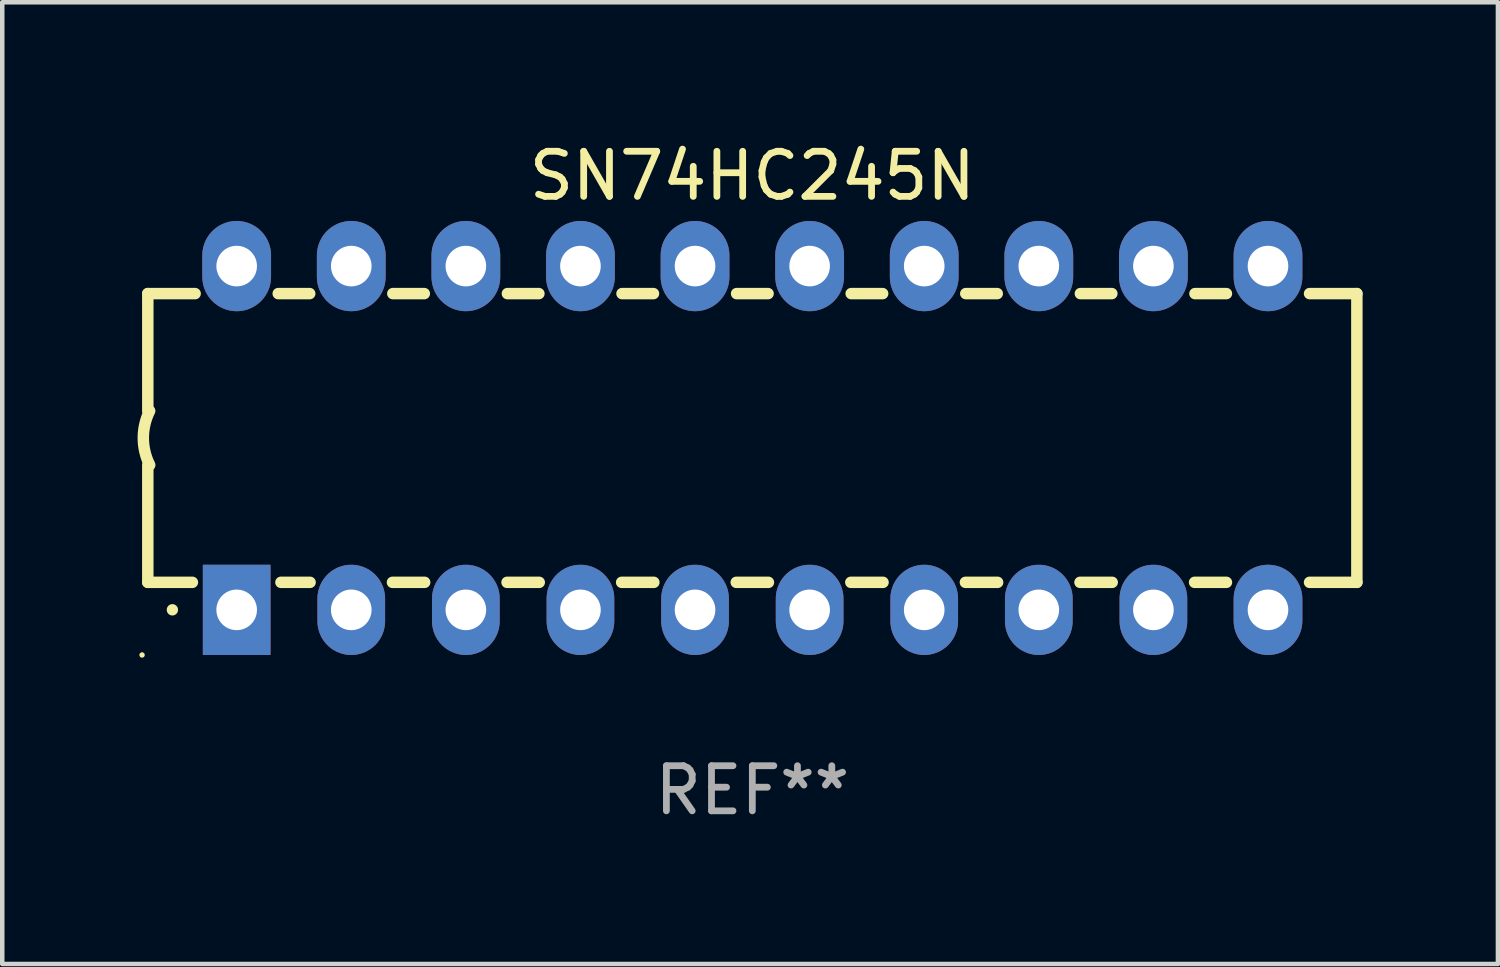
<source format=kicad_pcb>
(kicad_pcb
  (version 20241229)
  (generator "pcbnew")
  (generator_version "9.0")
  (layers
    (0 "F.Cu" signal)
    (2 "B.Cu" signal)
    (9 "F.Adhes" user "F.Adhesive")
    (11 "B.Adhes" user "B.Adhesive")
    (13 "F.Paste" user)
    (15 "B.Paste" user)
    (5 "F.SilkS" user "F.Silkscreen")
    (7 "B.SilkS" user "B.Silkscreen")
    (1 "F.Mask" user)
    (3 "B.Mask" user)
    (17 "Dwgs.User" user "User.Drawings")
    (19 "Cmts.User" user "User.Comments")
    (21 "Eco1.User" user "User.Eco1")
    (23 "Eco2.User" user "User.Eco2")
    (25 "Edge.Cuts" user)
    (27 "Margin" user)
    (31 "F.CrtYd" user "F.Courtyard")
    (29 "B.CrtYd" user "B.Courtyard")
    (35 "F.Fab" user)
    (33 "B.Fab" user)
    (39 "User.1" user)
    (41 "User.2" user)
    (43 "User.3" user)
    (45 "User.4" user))
  (footprint "SN74HC245N"
    (layer "F.Cu")
    (at 13.626 6.658)
    (property "Reference" "SN74HC245N" (at 0 -5.81 0) (layer "F.SilkS") (effects (font (size 1 1) (thickness 0.15))))
    (attr through_hole)
    (fp_line (start -13.4 -3.2) (end -12.351 -3.2) (stroke (width 0.254) (type solid)) (layer "F.SilkS"))
    (fp_line (start -13.4 -0.6) (end -13.4 -3.2) (stroke (width 0.254) (type solid)) (layer "F.SilkS"))
    (fp_line (start -13.4 3.2) (end -13.4 0.6) (stroke (width 0.254) (type solid)) (layer "F.SilkS"))
    (fp_line (start -13.4 3.2) (end -12.411 3.2) (stroke (width 0.254) (type solid)) (layer "F.SilkS"))
    (fp_line (start -10.509 -3.2) (end -9.811 -3.2) (stroke (width 0.254) (type solid)) (layer "F.SilkS"))
    (fp_line (start -10.449 3.2) (end -9.803 3.2) (stroke (width 0.254) (type solid)) (layer "F.SilkS"))
    (fp_line (start -7.977 3.2) (end -7.263 3.2) (stroke (width 0.254) (type solid)) (layer "F.SilkS"))
    (fp_line (start -7.969 -3.2) (end -7.271 -3.2) (stroke (width 0.254) (type solid)) (layer "F.SilkS"))
    (fp_line (start -5.437 3.2) (end -4.723 3.2) (stroke (width 0.254) (type solid)) (layer "F.SilkS"))
    (fp_line (start -5.429 -3.2) (end -4.731 -3.2) (stroke (width 0.254) (type solid)) (layer "F.SilkS"))
    (fp_line (start -2.897 3.2) (end -2.183 3.2) (stroke (width 0.254) (type solid)) (layer "F.SilkS"))
    (fp_line (start -2.889 -3.2) (end -2.191 -3.2) (stroke (width 0.254) (type solid)) (layer "F.SilkS"))
    (fp_line (start -0.357 3.2) (end 0.357 3.2) (stroke (width 0.254) (type solid)) (layer "F.SilkS"))
    (fp_line (start -0.349 -3.2) (end 0.349 -3.2) (stroke (width 0.254) (type solid)) (layer "F.SilkS"))
    (fp_line (start 2.183 3.2) (end 2.897 3.2) (stroke (width 0.254) (type solid)) (layer "F.SilkS"))
    (fp_line (start 2.191 -3.2) (end 2.889 -3.2) (stroke (width 0.254) (type solid)) (layer "F.SilkS"))
    (fp_line (start 4.723 3.2) (end 5.437 3.2) (stroke (width 0.254) (type solid)) (layer "F.SilkS"))
    (fp_line (start 4.731 -3.2) (end 5.429 -3.2) (stroke (width 0.254) (type solid)) (layer "F.SilkS"))
    (fp_line (start 7.263 3.2) (end 7.977 3.2) (stroke (width 0.254) (type solid)) (layer "F.SilkS"))
    (fp_line (start 7.271 -3.2) (end 7.969 -3.2) (stroke (width 0.254) (type solid)) (layer "F.SilkS"))
    (fp_line (start 9.803 3.2) (end 10.509 3.2) (stroke (width 0.254) (type solid)) (layer "F.SilkS"))
    (fp_line (start 9.811 -3.2) (end 10.509 -3.2) (stroke (width 0.254) (type solid)) (layer "F.SilkS"))
    (fp_line (start 12.351 -3.2) (end 13.4 -3.2) (stroke (width 0.254) (type solid)) (layer "F.SilkS"))
    (fp_line (start 12.351 3.2) (end 13.4 3.2) (stroke (width 0.254) (type solid)) (layer "F.SilkS"))
    (fp_line (start 13.4 -3.2) (end 13.4 3.2) (stroke (width 0.254) (type solid)) (layer "F.SilkS"))
    (fp_arc (start -13.357557 0.599721) (mid -13.499295 0.000123) (end -13.358598 -0.599721) (stroke (width 0.254001) (type solid)) (layer "F.SilkS"))
    (fp_arc (start -12.854966 3.810008) (mid -12.854973 3.808738) (end -12.854966 3.807468) (stroke (width 0.25) (type solid)) (layer "F.SilkS"))
    (fp_circle (center -13.527 4.81) (end -13.497 4.81) (stroke (width 0.06) (type solid)) (fill no) (layer "F.SilkS"))
    (fp_text user "REF**" (at 0 7.81 0) (layer "F.Fab") (effects (font (size 1 1) (thickness 0.15))))
    (pad "1" thru_hole rect (at -11.43 3.81 90) (size 2 1.5) (drill 0.9) (layers "*.Cu" "*.Mask"))
    (pad "2" thru_hole oval (at -8.89 3.81 90) (size 2 1.5) (drill 0.9) (layers "*.Cu" "*.Mask"))
    (pad "3" thru_hole oval (at -6.35 3.81 90) (size 2 1.5) (drill 0.9) (layers "*.Cu" "*.Mask"))
    (pad "4" thru_hole oval (at -3.81 3.81 90) (size 2 1.5) (drill 0.9) (layers "*.Cu" "*.Mask"))
    (pad "5" thru_hole oval (at -1.27 3.81 90) (size 2 1.5) (drill 0.9) (layers "*.Cu" "*.Mask"))
    (pad "6" thru_hole oval (at 1.27 3.81 90) (size 2 1.5) (drill 0.9) (layers "*.Cu" "*.Mask"))
    (pad "7" thru_hole oval (at 3.81 3.81 90) (size 2 1.5) (drill 0.9) (layers "*.Cu" "*.Mask"))
    (pad "8" thru_hole oval (at 6.35 3.81 90) (size 2 1.5) (drill 0.9) (layers "*.Cu" "*.Mask"))
    (pad "9" thru_hole oval (at 8.89 3.81 90) (size 2 1.5) (drill 0.9) (layers "*.Cu" "*.Mask"))
    (pad "10" thru_hole oval (at 11.43 3.81 90) (size 2 1.524) (drill 0.9) (layers "*.Cu" "*.Mask"))
    (pad "11" thru_hole oval (at 11.43 -3.81 90) (size 2 1.524) (drill 0.9) (layers "*.Cu" "*.Mask"))
    (pad "12" thru_hole oval (at 8.89 -3.81 90) (size 2 1.524) (drill 0.9) (layers "*.Cu" "*.Mask"))
    (pad "13" thru_hole oval (at 6.35 -3.81 90) (size 2 1.524) (drill 0.9) (layers "*.Cu" "*.Mask"))
    (pad "14" thru_hole oval (at 3.81 -3.81 90) (size 2 1.524) (drill 0.9) (layers "*.Cu" "*.Mask"))
    (pad "15" thru_hole oval (at 1.27 -3.81 90) (size 2 1.524) (drill 0.9) (layers "*.Cu" "*.Mask"))
    (pad "16" thru_hole oval (at -1.27 -3.81 90) (size 2 1.524) (drill 0.9) (layers "*.Cu" "*.Mask"))
    (pad "17" thru_hole oval (at -3.81 -3.81 90) (size 2 1.524) (drill 0.9) (layers "*.Cu" "*.Mask"))
    (pad "18" thru_hole oval (at -6.35 -3.81 90) (size 2 1.524) (drill 0.9) (layers "*.Cu" "*.Mask"))
    (pad "19" thru_hole oval (at -8.89 -3.81 90) (size 2 1.524) (drill 0.9) (layers "*.Cu" "*.Mask"))
    (pad "20" thru_hole oval (at -11.43 -3.81 90) (size 2 1.524) (drill 0.9) (layers "*.Cu" "*.Mask")))
  (gr_rect
    (start -3 -3)
    (end 30.153 18.317)
    (stroke (width 0.1) (type default))
    (fill no)
    (layer "Edge.Cuts")))
</source>
